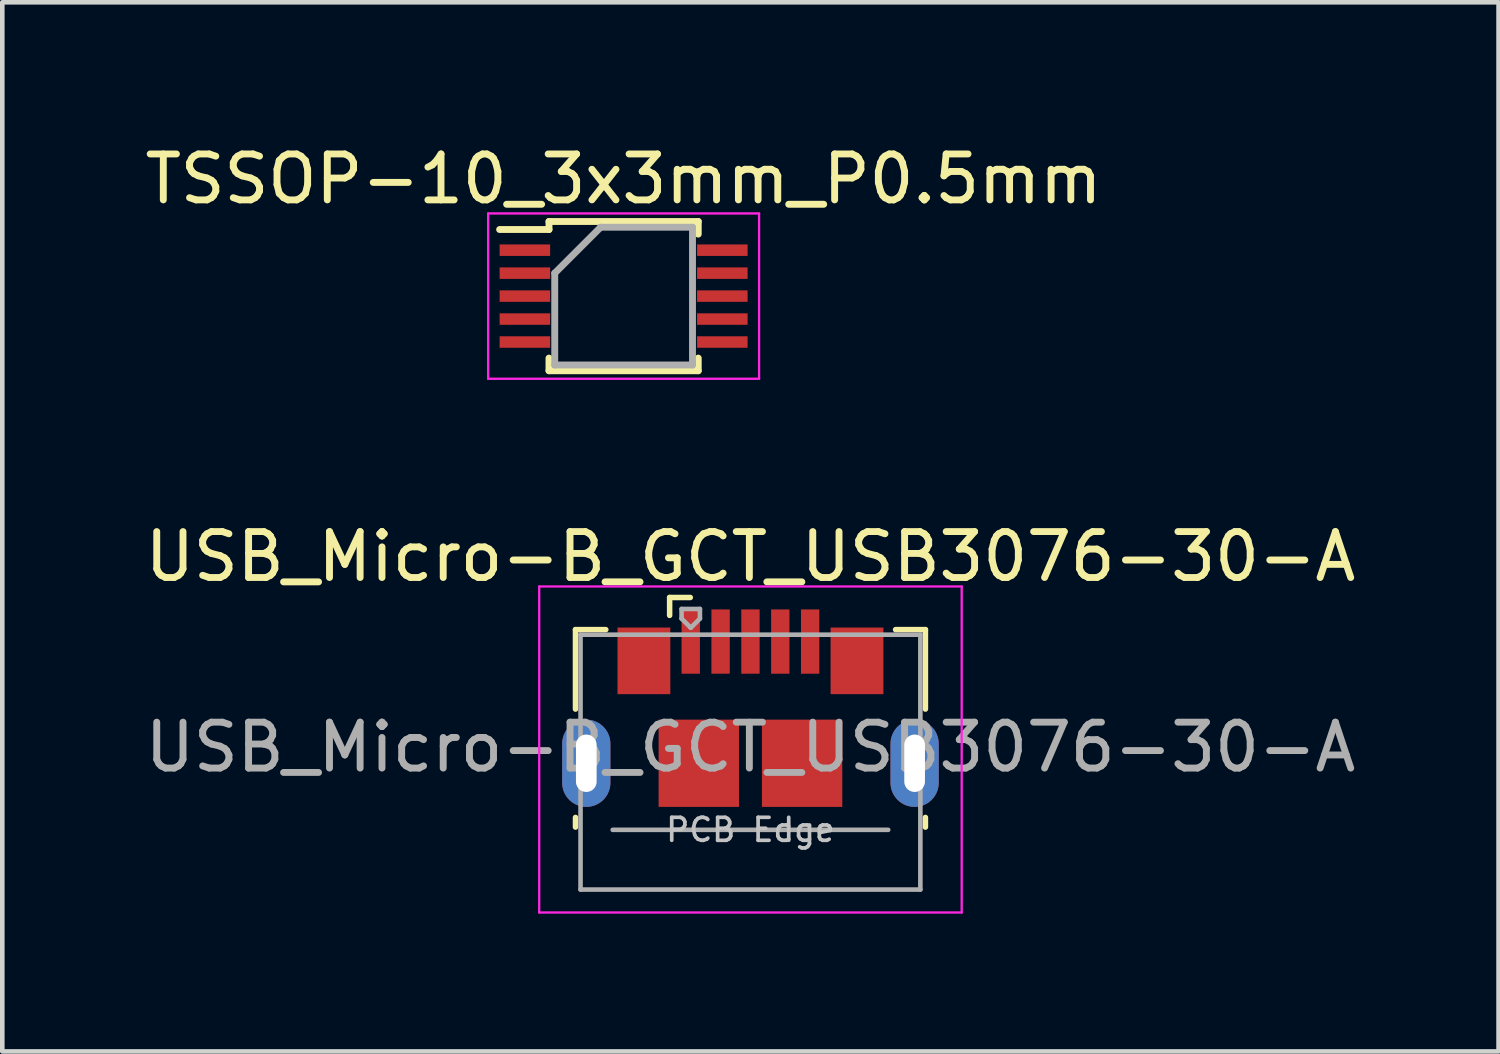
<source format=kicad_pcb>
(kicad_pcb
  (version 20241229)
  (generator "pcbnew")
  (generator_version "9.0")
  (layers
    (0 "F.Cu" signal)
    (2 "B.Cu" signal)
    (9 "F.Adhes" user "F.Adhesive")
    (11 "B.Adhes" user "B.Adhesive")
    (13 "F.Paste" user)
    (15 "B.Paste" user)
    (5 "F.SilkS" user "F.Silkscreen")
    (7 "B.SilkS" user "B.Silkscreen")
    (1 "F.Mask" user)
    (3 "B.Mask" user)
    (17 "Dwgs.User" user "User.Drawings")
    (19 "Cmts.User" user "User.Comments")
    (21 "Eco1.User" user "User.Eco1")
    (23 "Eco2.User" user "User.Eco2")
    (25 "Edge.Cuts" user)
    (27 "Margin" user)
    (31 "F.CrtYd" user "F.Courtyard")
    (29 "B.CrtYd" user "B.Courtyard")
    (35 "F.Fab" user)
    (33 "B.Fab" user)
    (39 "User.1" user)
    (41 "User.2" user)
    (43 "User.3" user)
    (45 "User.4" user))
  (footprint "USB_Micro-B_GCT_USB3076-30-A"
    (layer "F.Cu")
    (at 13.292 12.371)
    (property "Reference" "USB_Micro-B_GCT_USB3076-30-A" (at 0 -3.3 0) (layer "F.SilkS") (effects (font (size 1 1) (thickness 0.15))))
    (attr smd)
    (fp_line (start -3.81 -1.71) (end -3.15 -1.71) (stroke (width 0.12) (type solid)) (layer "F.SilkS"))
    (fp_line (start -3.81 0.02) (end -3.81 -1.71) (stroke (width 0.12) (type solid)) (layer "F.SilkS"))
    (fp_line (start -3.81 2.59) (end -3.81 2.38) (stroke (width 0.12) (type solid)) (layer "F.SilkS"))
    (fp_line (start -1.76 -2.41) (end -1.76 -2.02) (stroke (width 0.12) (type solid)) (layer "F.SilkS"))
    (fp_line (start -1.76 -2.41) (end -1.31 -2.41) (stroke (width 0.12) (type solid)) (layer "F.SilkS"))
    (fp_line (start 3.81 -1.71) (end 3.16 -1.71) (stroke (width 0.12) (type solid)) (layer "F.SilkS"))
    (fp_line (start 3.81 0.02) (end 3.81 -1.71) (stroke (width 0.12) (type solid)) (layer "F.SilkS"))
    (fp_line (start 3.81 2.59) (end 3.81 2.38) (stroke (width 0.12) (type solid)) (layer "F.SilkS"))
    (fp_line (start -4.6 -2.65) (end 4.6 -2.65) (stroke (width 0.05) (type solid)) (layer "F.CrtYd"))
    (fp_line (start -4.6 4.45) (end -4.6 -2.65) (stroke (width 0.05) (type solid)) (layer "F.CrtYd"))
    (fp_line (start -4.6 4.45) (end 4.6 4.45) (stroke (width 0.05) (type solid)) (layer "F.CrtYd"))
    (fp_line (start 4.6 -2.65) (end 4.6 4.45) (stroke (width 0.05) (type solid)) (layer "F.CrtYd"))
    (fp_line (start -3.7 -1.6) (end 3.7 -1.6) (stroke (width 0.1) (type solid)) (layer "F.Fab"))
    (fp_line (start -3.7 3.95) (end -3.7 -1.6) (stroke (width 0.1) (type solid)) (layer "F.Fab"))
    (fp_line (start -3.7 3.95) (end 3.7 3.95) (stroke (width 0.1) (type solid)) (layer "F.Fab"))
    (fp_line (start -3 2.65) (end 3 2.65) (stroke (width 0.1) (type solid)) (layer "F.Fab"))
    (fp_line (start -1.5 -2.16) (end -1.5 -1.95) (stroke (width 0.1) (type solid)) (layer "F.Fab"))
    (fp_line (start -1.5 -2.16) (end -1.1 -2.16) (stroke (width 0.1) (type solid)) (layer "F.Fab"))
    (fp_line (start -1.3 -1.75) (end -1.5 -1.95) (stroke (width 0.1) (type solid)) (layer "F.Fab"))
    (fp_line (start -1.1 -2.16) (end -1.1 -1.95) (stroke (width 0.1) (type solid)) (layer "F.Fab"))
    (fp_line (start -1.1 -1.95) (end -1.3 -1.75) (stroke (width 0.1) (type solid)) (layer "F.Fab"))
    (fp_line (start 3.7 3.95) (end 3.7 -1.6) (stroke (width 0.1) (type solid)) (layer "F.Fab"))
    (fp_text user "PCB Edge" (at 0 2.65 0) (layer "Dwgs.User") (effects (font (size 0.5 0.5) (thickness 0.08))))
    (fp_text user "${REFERENCE}" (at 0 0.85 0) (layer "F.Fab") (effects (font (size 1 1) (thickness 0.15))))
    (pad "1" smd rect (at -1.3 -1.45) (size 0.4 1.4) (layers "F.Cu" "F.Mask" "F.Paste"))
    (pad "2" smd rect (at -0.65 -1.45) (size 0.4 1.4) (layers "F.Cu" "F.Mask" "F.Paste"))
    (pad "3" smd rect (at 0 -1.45) (size 0.4 1.4) (layers "F.Cu" "F.Mask" "F.Paste"))
    (pad "4" smd rect (at 0.65 -1.45) (size 0.4 1.4) (layers "F.Cu" "F.Mask" "F.Paste"))
    (pad "5" smd rect (at 1.3 -1.45) (size 0.4 1.4) (layers "F.Cu" "F.Mask" "F.Paste"))
    (pad "6" thru_hole oval (at -3.575 1.2 180) (size 1.05 1.9) (drill oval 0.45 1.25) (layers "*.Cu" "*.Mask"))
    (pad "6" smd rect (at -2.32 -1.03) (size 1.15 1.45) (layers "F.Cu" "F.Mask" "F.Paste"))
    (pad "6" smd rect (at -1.125 1.2) (size 1.75 1.9) (layers "F.Cu" "F.Mask" "F.Paste"))
    (pad "6" smd rect (at 1.125 1.2) (size 1.75 1.9) (layers "F.Cu" "F.Mask" "F.Paste"))
    (pad "6" smd rect (at 2.32 -1.03) (size 1.15 1.45) (layers "F.Cu" "F.Mask" "F.Paste"))
    (pad "6" thru_hole oval (at 3.575 1.2) (size 1.05 1.9) (drill oval 0.45 1.25) (layers "*.Cu" "*.Mask")))
  (footprint "TSSOP-10_3x3mm_P0.5mm"
    (layer "F.Cu")
    (at 10.53 3.398)
    (property "Reference" "TSSOP-10_3x3mm_P0.5mm" (at 0 -2.55 0) (layer "F.SilkS") (effects (font (size 1 1) (thickness 0.15))))
    (attr smd)
    (fp_line (start -1.625 -1.625) (end -1.625 -1.45) (stroke (width 0.15) (type solid)) (layer "F.SilkS"))
    (fp_line (start -1.625 -1.625) (end 1.625 -1.625) (stroke (width 0.15) (type solid)) (layer "F.SilkS"))
    (fp_line (start -1.625 -1.45) (end -2.7 -1.45) (stroke (width 0.15) (type solid)) (layer "F.SilkS"))
    (fp_line (start -1.625 1.625) (end -1.625 1.35) (stroke (width 0.15) (type solid)) (layer "F.SilkS"))
    (fp_line (start -1.625 1.625) (end 1.625 1.625) (stroke (width 0.15) (type solid)) (layer "F.SilkS"))
    (fp_line (start 1.625 -1.625) (end 1.625 -1.35) (stroke (width 0.15) (type solid)) (layer "F.SilkS"))
    (fp_line (start 1.625 1.625) (end 1.625 1.35) (stroke (width 0.15) (type solid)) (layer "F.SilkS"))
    (fp_line (start -2.95 -1.8) (end -2.95 1.8) (stroke (width 0.05) (type solid)) (layer "F.CrtYd"))
    (fp_line (start -2.95 -1.8) (end 2.95 -1.8) (stroke (width 0.05) (type solid)) (layer "F.CrtYd"))
    (fp_line (start -2.95 1.8) (end 2.95 1.8) (stroke (width 0.05) (type solid)) (layer "F.CrtYd"))
    (fp_line (start 2.95 -1.8) (end 2.95 1.8) (stroke (width 0.05) (type solid)) (layer "F.CrtYd"))
    (fp_line (start -1.5 -0.5) (end -0.5 -1.5) (stroke (width 0.15) (type solid)) (layer "F.Fab"))
    (fp_line (start -1.5 1.5) (end -1.5 -0.5) (stroke (width 0.15) (type solid)) (layer "F.Fab"))
    (fp_line (start -0.5 -1.5) (end 1.5 -1.5) (stroke (width 0.15) (type solid)) (layer "F.Fab"))
    (fp_line (start 1.5 -1.5) (end 1.5 1.5) (stroke (width 0.15) (type solid)) (layer "F.Fab"))
    (fp_line (start 1.5 1.5) (end -1.5 1.5) (stroke (width 0.15) (type solid)) (layer "F.Fab"))
    (pad "1" smd rect (at -2.15 -1) (size 1.1 0.25) (layers "F.Cu" "F.Mask" "F.Paste"))
    (pad "2" smd rect (at -2.15 -0.5) (size 1.1 0.25) (layers "F.Cu" "F.Mask" "F.Paste"))
    (pad "3" smd rect (at -2.15 0) (size 1.1 0.25) (layers "F.Cu" "F.Mask" "F.Paste"))
    (pad "4" smd rect (at -2.15 0.5) (size 1.1 0.25) (layers "F.Cu" "F.Mask" "F.Paste"))
    (pad "5" smd rect (at -2.15 1) (size 1.1 0.25) (layers "F.Cu" "F.Mask" "F.Paste"))
    (pad "6" smd rect (at 2.15 1) (size 1.1 0.25) (layers "F.Cu" "F.Mask" "F.Paste"))
    (pad "7" smd rect (at 2.15 0.5) (size 1.1 0.25) (layers "F.Cu" "F.Mask" "F.Paste"))
    (pad "8" smd rect (at 2.15 0) (size 1.1 0.25) (layers "F.Cu" "F.Mask" "F.Paste"))
    (pad "9" smd rect (at 2.15 -0.5) (size 1.1 0.25) (layers "F.Cu" "F.Mask" "F.Paste"))
    (pad "10" smd rect (at 2.15 -1) (size 1.1 0.25) (layers "F.Cu" "F.Mask" "F.Paste")))
  (gr_rect
    (start -3 -3)
    (end 29.583 19.846)
    (stroke (width 0.1) (type default))
    (fill no)
    (layer "Edge.Cuts")))
</source>
